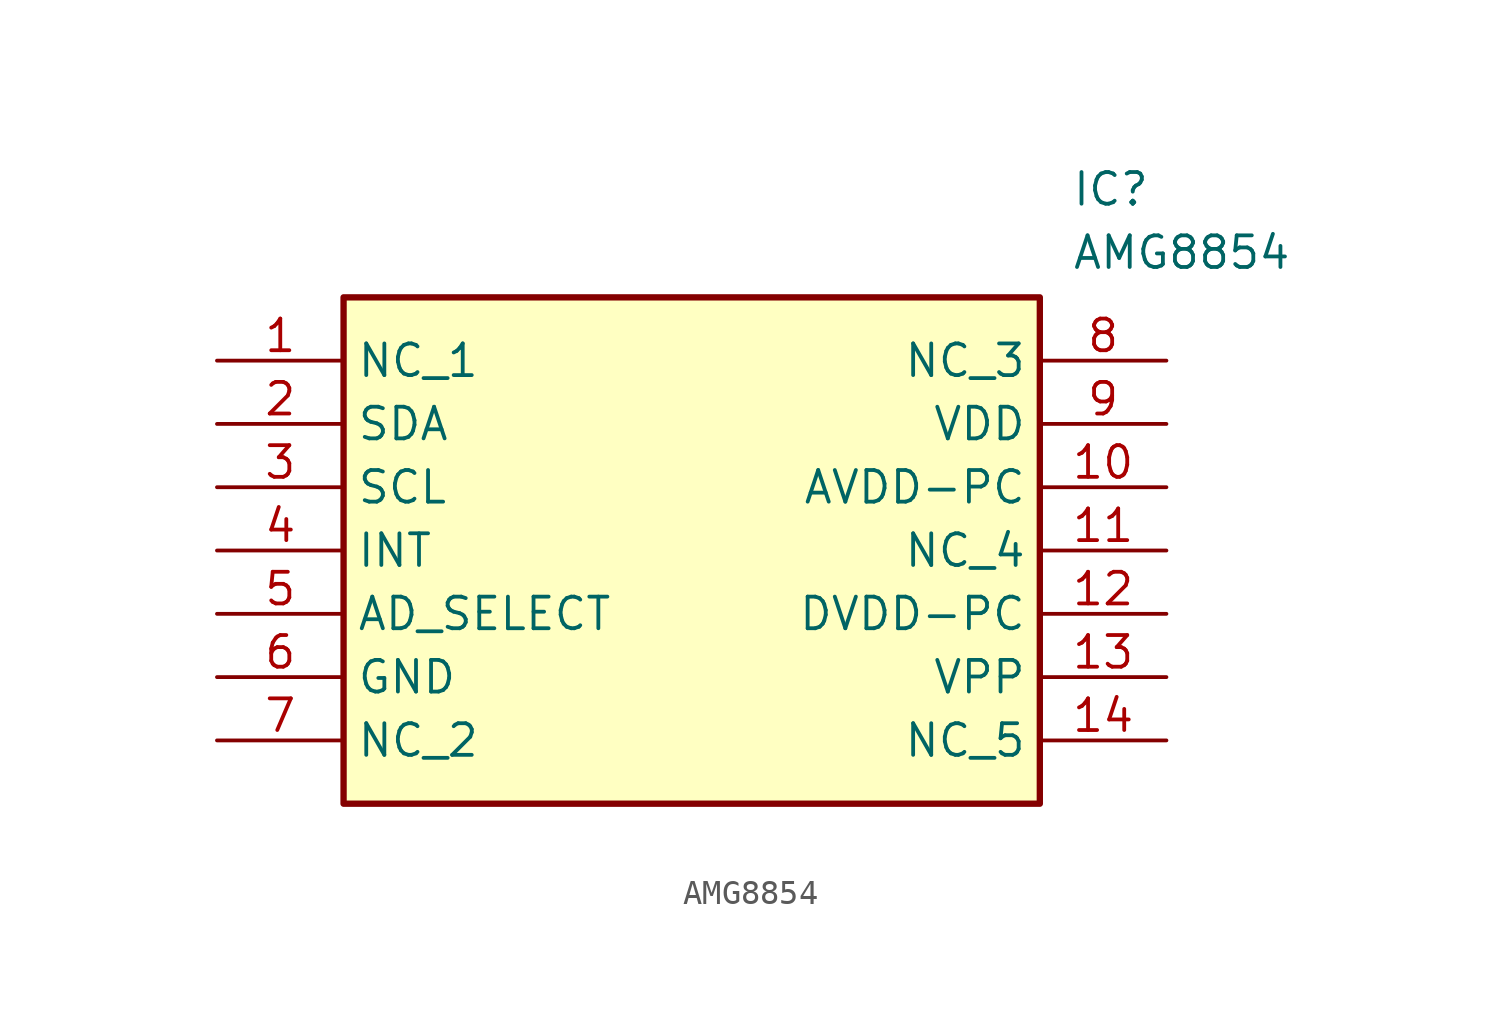
<source format=kicad_sym>
(kicad_symbol_lib
  (version 20211014)
  (generator SamacSys_ECAD_Model)
  (symbol "AMG8854"
    (property "Reference" "IC"
      (at 34.29 7.62 0)
      (effects (font (size 1.27 1.27)) (justify left top)))
    (property "Value" "AMG8854"
      (at 34.29 5.08 0)
      (effects (font (size 1.27 1.27)) (justify left top)))
    (rectangle
      (start 5.08 2.54)
      (end 33.02 -17.78)
      (stroke (width 0.254) (type default))
      (fill (type background)))
    (pin passive line
      (at 0 0 0)
      (length 5.08)
      (name "NC_1" (effects (font (size 1.27 1.27))))
      (number "1" (effects (font (size 1.27 1.27)))))
    (pin passive line
      (at 0 -2.54 0)
      (length 5.08)
      (name "SDA" (effects (font (size 1.27 1.27))))
      (number "2" (effects (font (size 1.27 1.27)))))
    (pin passive line
      (at 0 -5.08 0)
      (length 5.08)
      (name "SCL" (effects (font (size 1.27 1.27))))
      (number "3" (effects (font (size 1.27 1.27)))))
    (pin passive line
      (at 0 -7.62 0)
      (length 5.08)
      (name "INT" (effects (font (size 1.27 1.27))))
      (number "4" (effects (font (size 1.27 1.27)))))
    (pin passive line
      (at 0 -10.16 0)
      (length 5.08)
      (name "AD_SELECT" (effects (font (size 1.27 1.27))))
      (number "5" (effects (font (size 1.27 1.27)))))
    (pin passive line
      (at 0 -12.7 0)
      (length 5.08)
      (name "GND" (effects (font (size 1.27 1.27))))
      (number "6" (effects (font (size 1.27 1.27)))))
    (pin passive line
      (at 0 -15.24 0)
      (length 5.08)
      (name "NC_2" (effects (font (size 1.27 1.27))))
      (number "7" (effects (font (size 1.27 1.27)))))
    (pin passive line
      (at 38.1 0 180)
      (length 5.08)
      (name "NC_3" (effects (font (size 1.27 1.27))))
      (number "8" (effects (font (size 1.27 1.27)))))
    (pin passive line
      (at 38.1 -2.54 180)
      (length 5.08)
      (name "VDD" (effects (font (size 1.27 1.27))))
      (number "9" (effects (font (size 1.27 1.27)))))
    (pin passive line
      (at 38.1 -5.08 180)
      (length 5.08)
      (name "AVDD-PC" (effects (font (size 1.27 1.27))))
      (number "10" (effects (font (size 1.27 1.27)))))
    (pin passive line
      (at 38.1 -7.62 180)
      (length 5.08)
      (name "NC_4" (effects (font (size 1.27 1.27))))
      (number "11" (effects (font (size 1.27 1.27)))))
    (pin passive line
      (at 38.1 -10.16 180)
      (length 5.08)
      (name "DVDD-PC" (effects (font (size 1.27 1.27))))
      (number "12" (effects (font (size 1.27 1.27)))))
    (pin passive line
      (at 38.1 -12.7 180)
      (length 5.08)
      (name "VPP" (effects (font (size 1.27 1.27))))
      (number "13" (effects (font (size 1.27 1.27)))))
    (pin passive line
      (at 38.1 -15.24 180)
      (length 5.08)
      (name "NC_5" (effects (font (size 1.27 1.27))))
      (number "14" (effects (font (size 1.27 1.27)))))))
</source>
